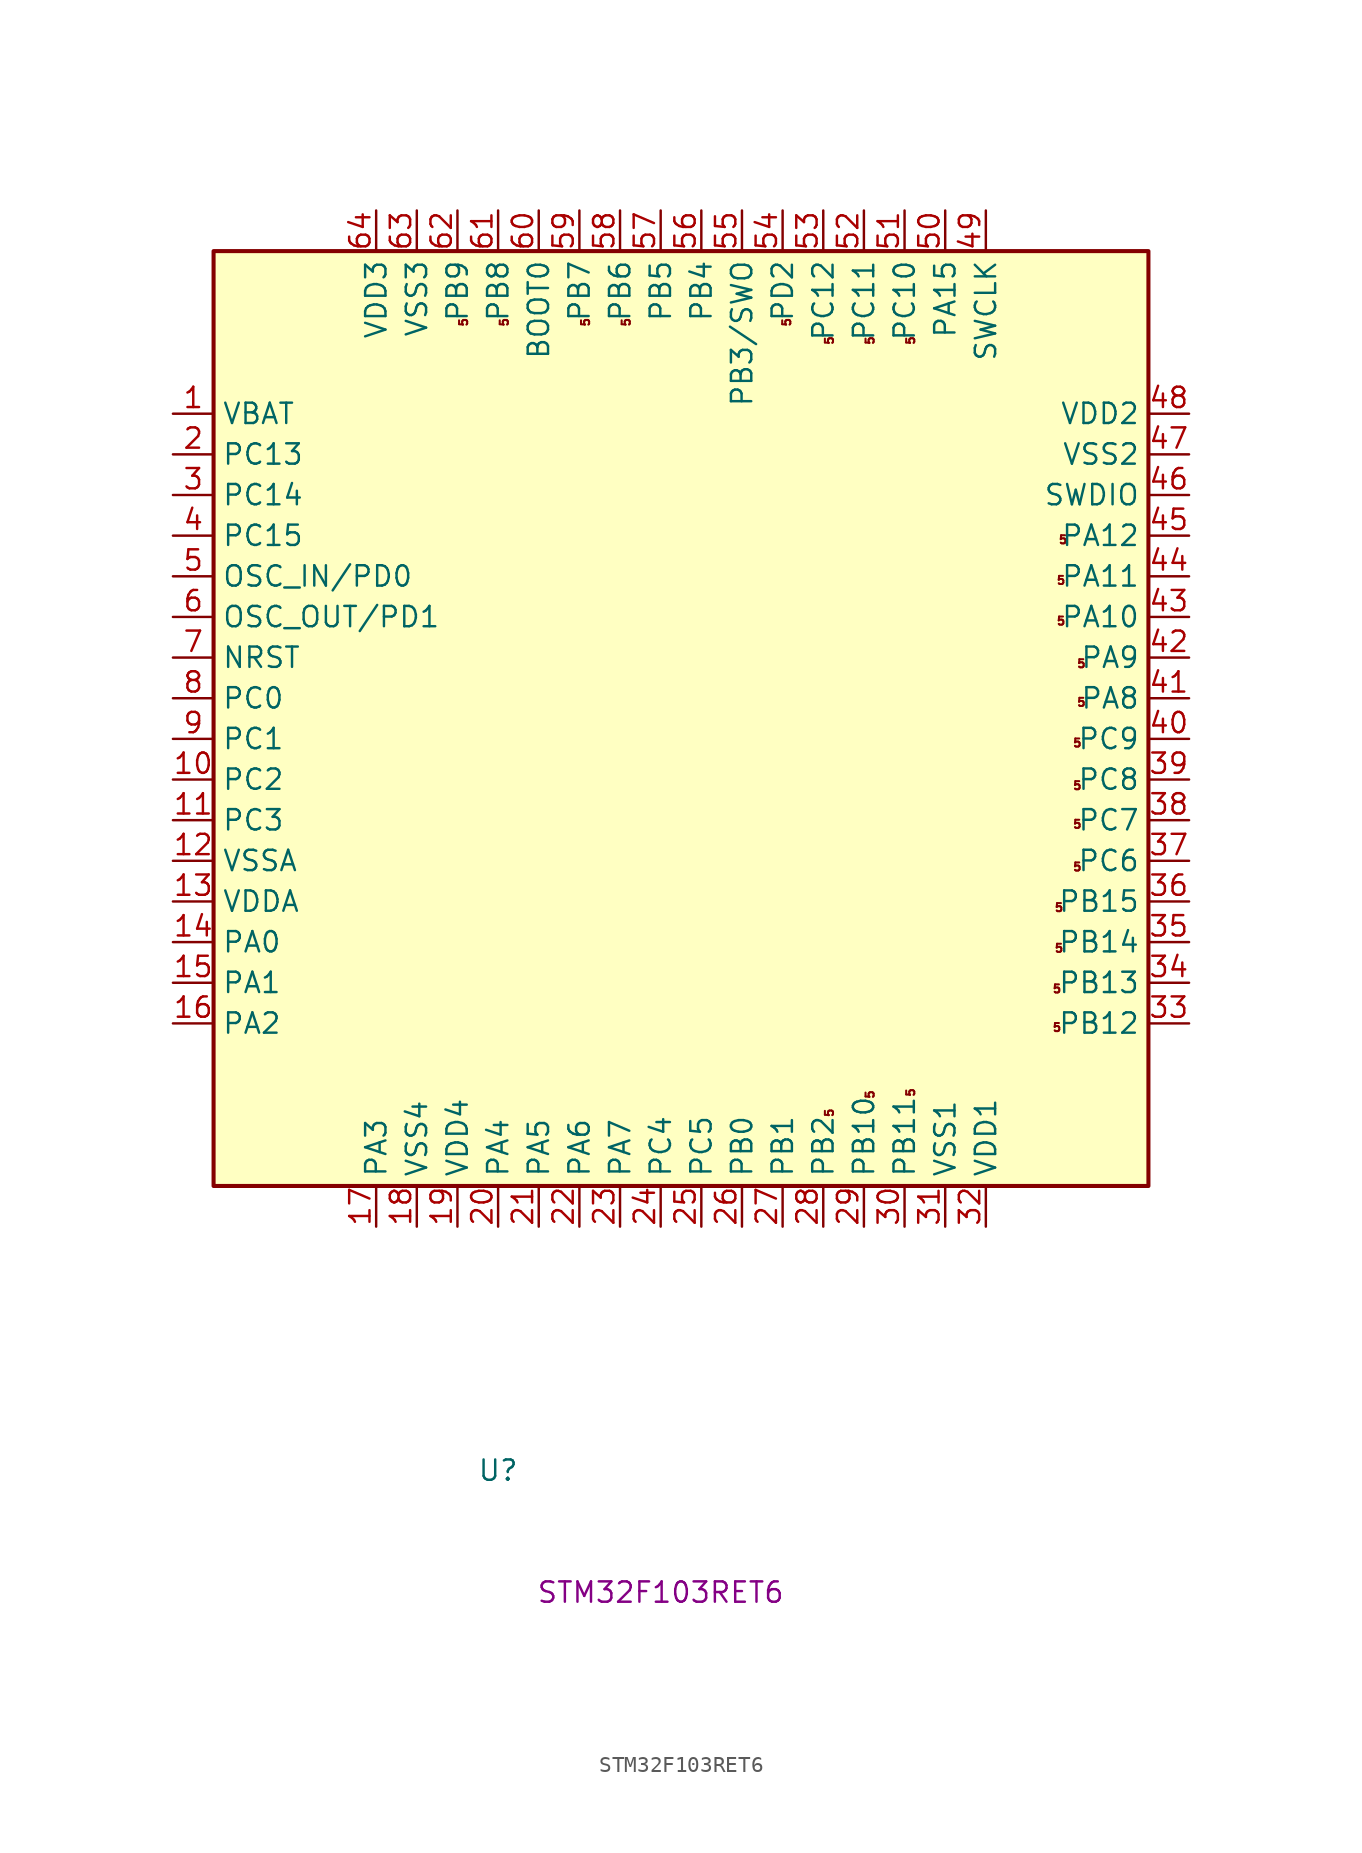
<source format=kicad_sym>
(kicad_symbol_lib
  (version 20211014)
  (generator kicad_symbol_editor)
  (symbol "STM32F103RET6"
    (property "Reference" "U"
      (at -10.16 -48.26 0)
      (effects (font (size 1.27 1.27))))
    (property "Comment" "STM32F103RET6"
      (at 0 -55.88 0)
      (effects (font (size 1.27 1.27))))
    (symbol "STM32F103RET6_0_0"
      (text "5" (at -12.319 23.495 900) (effects (font (size 0.508 0.508))))
      (text "5" (at -9.779 23.495 900) (effects (font (size 0.508 0.508))))
      (text "5" (at -4.699 23.495 900) (effects (font (size 0.508 0.508))))
      (text "5" (at -2.159 23.495 900) (effects (font (size 0.508 0.508))))
      (text "5" (at 7.874 23.495 900) (effects (font (size 0.508 0.508))))
      (text "5" (at 10.541 -25.908 900) (effects (font (size 0.508 0.508))))
      (text "5" (at 10.541 22.352 900) (effects (font (size 0.508 0.508))))
      (text "5" (at 13.081 -24.765 900) (effects (font (size 0.508 0.508))))
      (text "5" (at 13.081 22.352 900) (effects (font (size 0.508 0.508))))
      (text "5" (at 15.621 -24.638 900) (effects (font (size 0.508 0.508))))
      (text "5" (at 15.621 22.352 900) (effects (font (size 0.508 0.508))))
      (text "5" (at 24.765 -20.574 0) (effects (font (size 0.508 0.508))))
      (text "5" (at 24.765 -18.161 0) (effects (font (size 0.508 0.508))))
      (text "5" (at 24.892 -15.621 0) (effects (font (size 0.508 0.508))))
      (text "5" (at 24.892 -13.081 0) (effects (font (size 0.508 0.508))))
      (text "5" (at 25.019 4.826 0) (effects (font (size 0.508 0.508))))
      (text "5" (at 25.019 7.366 0) (effects (font (size 0.508 0.508))))
      (text "5" (at 25.146 9.906 0) (effects (font (size 0.508 0.508))))
      (text "5" (at 26.035 -10.541 0) (effects (font (size 0.508 0.508))))
      (text "5" (at 26.035 -7.874 0) (effects (font (size 0.508 0.508))))
      (text "5" (at 26.035 -5.461 0) (effects (font (size 0.508 0.508))))
      (text "5" (at 26.035 -2.794 0) (effects (font (size 0.508 0.508))))
      (text "5" (at 26.289 -0.254 0) (effects (font (size 0.508 0.508))))
      (text "5" (at 26.289 2.159 0) (effects (font (size 0.508 0.508)))))
    (symbol "STM32F103RET6_0_1"
      (rectangle (start -27.94 27.94) (end 30.48 -30.48) (stroke (width 0.254) (type default) (color 0 0 0 0)) (fill (type background))))
    (symbol "STM32F103RET6_1_1"
      (pin power_in line (at -30.48 17.78 0) (length 2.54) (name "VBAT" (effects (font (size 1.27 1.27)))) (number "1" (effects (font (size 1.27 1.27)))))
      (pin bidirectional line (at -30.48 -5.08 0) (length 2.54) (name "PC2" (effects (font (size 1.27 1.27)))) (number "10" (effects (font (size 1.27 1.27)))))
      (pin bidirectional line (at -30.48 -7.62 0) (length 2.54) (name "PC3" (effects (font (size 1.27 1.27)))) (number "11" (effects (font (size 1.27 1.27)))))
      (pin power_in line (at -30.48 -10.16 0) (length 2.54) (name "VSSA" (effects (font (size 1.27 1.27)))) (number "12" (effects (font (size 1.27 1.27)))))
      (pin power_in line (at -30.48 -12.7 0) (length 2.54) (name "VDDA" (effects (font (size 1.27 1.27)))) (number "13" (effects (font (size 1.27 1.27)))))
      (pin bidirectional line (at -30.48 -15.24 0) (length 2.54) (name "PA0" (effects (font (size 1.27 1.27)))) (number "14" (effects (font (size 1.27 1.27)))))
      (pin bidirectional line (at -30.48 -17.78 0) (length 2.54) (name "PA1" (effects (font (size 1.27 1.27)))) (number "15" (effects (font (size 1.27 1.27)))))
      (pin bidirectional line (at -30.48 -20.32 0) (length 2.54) (name "PA2" (effects (font (size 1.27 1.27)))) (number "16" (effects (font (size 1.27 1.27)))))
      (pin bidirectional line (at -17.78 -33.02 90) (length 2.54) (name "PA3" (effects (font (size 1.27 1.27)))) (number "17" (effects (font (size 1.27 1.27)))))
      (pin power_in line (at -15.24 -33.02 90) (length 2.54) (name "VSS4" (effects (font (size 1.27 1.27)))) (number "18" (effects (font (size 1.27 1.27)))))
      (pin power_in line (at -12.7 -33.02 90) (length 2.54) (name "VDD4" (effects (font (size 1.27 1.27)))) (number "19" (effects (font (size 1.27 1.27)))))
      (pin bidirectional line (at -30.48 15.24 0) (length 2.54) (name "PC13" (effects (font (size 1.27 1.27)))) (number "2" (effects (font (size 1.27 1.27)))))
      (pin bidirectional line (at -10.16 -33.02 90) (length 2.54) (name "PA4" (effects (font (size 1.27 1.27)))) (number "20" (effects (font (size 1.27 1.27)))))
      (pin bidirectional line (at -7.62 -33.02 90) (length 2.54) (name "PA5" (effects (font (size 1.27 1.27)))) (number "21" (effects (font (size 1.27 1.27)))))
      (pin bidirectional line (at -5.08 -33.02 90) (length 2.54) (name "PA6" (effects (font (size 1.27 1.27)))) (number "22" (effects (font (size 1.27 1.27)))))
      (pin bidirectional line (at -2.54 -33.02 90) (length 2.54) (name "PA7" (effects (font (size 1.27 1.27)))) (number "23" (effects (font (size 1.27 1.27)))))
      (pin bidirectional line (at 0 -33.02 90) (length 2.54) (name "PC4" (effects (font (size 1.27 1.27)))) (number "24" (effects (font (size 1.27 1.27)))))
      (pin bidirectional line (at 2.54 -33.02 90) (length 2.54) (name "PC5" (effects (font (size 1.27 1.27)))) (number "25" (effects (font (size 1.27 1.27)))))
      (pin bidirectional line (at 5.08 -33.02 90) (length 2.54) (name "PB0" (effects (font (size 1.27 1.27)))) (number "26" (effects (font (size 1.27 1.27)))))
      (pin bidirectional line (at 7.62 -33.02 90) (length 2.54) (name "PB1" (effects (font (size 1.27 1.27)))) (number "27" (effects (font (size 1.27 1.27)))))
      (pin bidirectional line (at 10.16 -33.02 90) (length 2.54) (name "PB2" (effects (font (size 1.27 1.27)))) (number "28" (effects (font (size 1.27 1.27)))))
      (pin bidirectional line (at 12.7 -33.02 90) (length 2.54) (name "PB10" (effects (font (size 1.27 1.27)))) (number "29" (effects (font (size 1.27 1.27)))))
      (pin bidirectional line (at -30.48 12.7 0) (length 2.54) (name "PC14" (effects (font (size 1.27 1.27)))) (number "3" (effects (font (size 1.27 1.27)))))
      (pin bidirectional line (at 15.24 -33.02 90) (length 2.54) (name "PB11" (effects (font (size 1.27 1.27)))) (number "30" (effects (font (size 1.27 1.27)))))
      (pin power_in line (at 17.78 -33.02 90) (length 2.54) (name "VSS1" (effects (font (size 1.27 1.27)))) (number "31" (effects (font (size 1.27 1.27)))))
      (pin power_in line (at 20.32 -33.02 90) (length 2.54) (name "VDD1" (effects (font (size 1.27 1.27)))) (number "32" (effects (font (size 1.27 1.27)))))
      (pin bidirectional line (at 33.02 -20.32 180) (length 2.54) (name "PB12" (effects (font (size 1.27 1.27)))) (number "33" (effects (font (size 1.27 1.27)))))
      (pin bidirectional line (at 33.02 -17.78 180) (length 2.54) (name "PB13" (effects (font (size 1.27 1.27)))) (number "34" (effects (font (size 1.27 1.27)))))
      (pin bidirectional line (at 33.02 -15.24 180) (length 2.54) (name "PB14" (effects (font (size 1.27 1.27)))) (number "35" (effects (font (size 1.27 1.27)))))
      (pin bidirectional line (at 33.02 -12.7 180) (length 2.54) (name "PB15" (effects (font (size 1.27 1.27)))) (number "36" (effects (font (size 1.27 1.27)))))
      (pin bidirectional line (at 33.02 -10.16 180) (length 2.54) (name "PC6" (effects (font (size 1.27 1.27)))) (number "37" (effects (font (size 1.27 1.27)))))
      (pin bidirectional line (at 33.02 -7.62 180) (length 2.54) (name "PC7" (effects (font (size 1.27 1.27)))) (number "38" (effects (font (size 1.27 1.27)))))
      (pin bidirectional line (at 33.02 -5.08 180) (length 2.54) (name "PC8" (effects (font (size 1.27 1.27)))) (number "39" (effects (font (size 1.27 1.27)))))
      (pin bidirectional line (at -30.48 10.16 0) (length 2.54) (name "PC15" (effects (font (size 1.27 1.27)))) (number "4" (effects (font (size 1.27 1.27)))))
      (pin bidirectional line (at 33.02 -2.54 180) (length 2.54) (name "PC9" (effects (font (size 1.27 1.27)))) (number "40" (effects (font (size 1.27 1.27)))))
      (pin bidirectional line (at 33.02 0 180) (length 2.54) (name "PA8" (effects (font (size 1.27 1.27)))) (number "41" (effects (font (size 1.27 1.27)))))
      (pin bidirectional line (at 33.02 2.54 180) (length 2.54) (name "PA9" (effects (font (size 1.27 1.27)))) (number "42" (effects (font (size 1.27 1.27)))))
      (pin bidirectional line (at 33.02 5.08 180) (length 2.54) (name "PA10" (effects (font (size 1.27 1.27)))) (number "43" (effects (font (size 1.27 1.27)))))
      (pin bidirectional line (at 33.02 7.62 180) (length 2.54) (name "PA11" (effects (font (size 1.27 1.27)))) (number "44" (effects (font (size 1.27 1.27)))))
      (pin bidirectional line (at 33.02 10.16 180) (length 2.54) (name "PA12" (effects (font (size 1.27 1.27)))) (number "45" (effects (font (size 1.27 1.27)))))
      (pin bidirectional line (at 33.02 12.7 180) (length 2.54) (name "SWDIO" (effects (font (size 1.27 1.27)))) (number "46" (effects (font (size 1.27 1.27)))))
      (pin power_in line (at 33.02 15.24 180) (length 2.54) (name "VSS2" (effects (font (size 1.27 1.27)))) (number "47" (effects (font (size 1.27 1.27)))))
      (pin power_in line (at 33.02 17.78 180) (length 2.54) (name "VDD2" (effects (font (size 1.27 1.27)))) (number "48" (effects (font (size 1.27 1.27)))))
      (pin bidirectional line (at 20.32 30.48 270) (length 2.54) (name "SWCLK" (effects (font (size 1.27 1.27)))) (number "49" (effects (font (size 1.27 1.27)))))
      (pin input line (at -30.48 7.62 0) (length 2.54) (name "OSC_IN/PD0" (effects (font (size 1.27 1.27)))) (number "5" (effects (font (size 1.27 1.27)))))
      (pin bidirectional line (at 17.78 30.48 270) (length 2.54) (name "PA15" (effects (font (size 1.27 1.27)))) (number "50" (effects (font (size 1.27 1.27)))))
      (pin bidirectional line (at 15.24 30.48 270) (length 2.54) (name "PC10" (effects (font (size 1.27 1.27)))) (number "51" (effects (font (size 1.27 1.27)))))
      (pin bidirectional line (at 12.7 30.48 270) (length 2.54) (name "PC11" (effects (font (size 1.27 1.27)))) (number "52" (effects (font (size 1.27 1.27)))))
      (pin bidirectional line (at 10.16 30.48 270) (length 2.54) (name "PC12" (effects (font (size 1.27 1.27)))) (number "53" (effects (font (size 1.27 1.27)))))
      (pin bidirectional line (at 7.62 30.48 270) (length 2.54) (name "PD2" (effects (font (size 1.27 1.27)))) (number "54" (effects (font (size 1.27 1.27)))))
      (pin bidirectional line (at 5.08 30.48 270) (length 2.54) (name "PB3/SWO" (effects (font (size 1.27 1.27)))) (number "55" (effects (font (size 1.27 1.27)))))
      (pin bidirectional line (at 2.54 30.48 270) (length 2.54) (name "PB4" (effects (font (size 1.27 1.27)))) (number "56" (effects (font (size 1.27 1.27)))))
      (pin bidirectional line (at 0 30.48 270) (length 2.54) (name "PB5" (effects (font (size 1.27 1.27)))) (number "57" (effects (font (size 1.27 1.27)))))
      (pin bidirectional line (at -2.54 30.48 270) (length 2.54) (name "PB6" (effects (font (size 1.27 1.27)))) (number "58" (effects (font (size 1.27 1.27)))))
      (pin bidirectional line (at -5.08 30.48 270) (length 2.54) (name "PB7" (effects (font (size 1.27 1.27)))) (number "59" (effects (font (size 1.27 1.27)))))
      (pin input line (at -30.48 5.08 0) (length 2.54) (name "OSC_OUT/PD1" (effects (font (size 1.27 1.27)))) (number "6" (effects (font (size 1.27 1.27)))))
      (pin input line (at -7.62 30.48 270) (length 2.54) (name "BOOT0" (effects (font (size 1.27 1.27)))) (number "60" (effects (font (size 1.27 1.27)))))
      (pin bidirectional line (at -10.16 30.48 270) (length 2.54) (name "PB8" (effects (font (size 1.27 1.27)))) (number "61" (effects (font (size 1.27 1.27)))))
      (pin bidirectional line (at -12.7 30.48 270) (length 2.54) (name "PB9" (effects (font (size 1.27 1.27)))) (number "62" (effects (font (size 1.27 1.27)))))
      (pin power_in line (at -15.24 30.48 270) (length 2.54) (name "VSS3" (effects (font (size 1.27 1.27)))) (number "63" (effects (font (size 1.27 1.27)))))
      (pin power_in line (at -17.78 30.48 270) (length 2.54) (name "VDD3" (effects (font (size 1.27 1.27)))) (number "64" (effects (font (size 1.27 1.27)))))
      (pin input line (at -30.48 2.54 0) (length 2.54) (name "NRST" (effects (font (size 1.27 1.27)))) (number "7" (effects (font (size 1.27 1.27)))))
      (pin bidirectional line (at -30.48 0 0) (length 2.54) (name "PC0" (effects (font (size 1.27 1.27)))) (number "8" (effects (font (size 1.27 1.27)))))
      (pin bidirectional line (at -30.48 -2.54 0) (length 2.54) (name "PC1" (effects (font (size 1.27 1.27)))) (number "9" (effects (font (size 1.27 1.27))))))))
</source>
